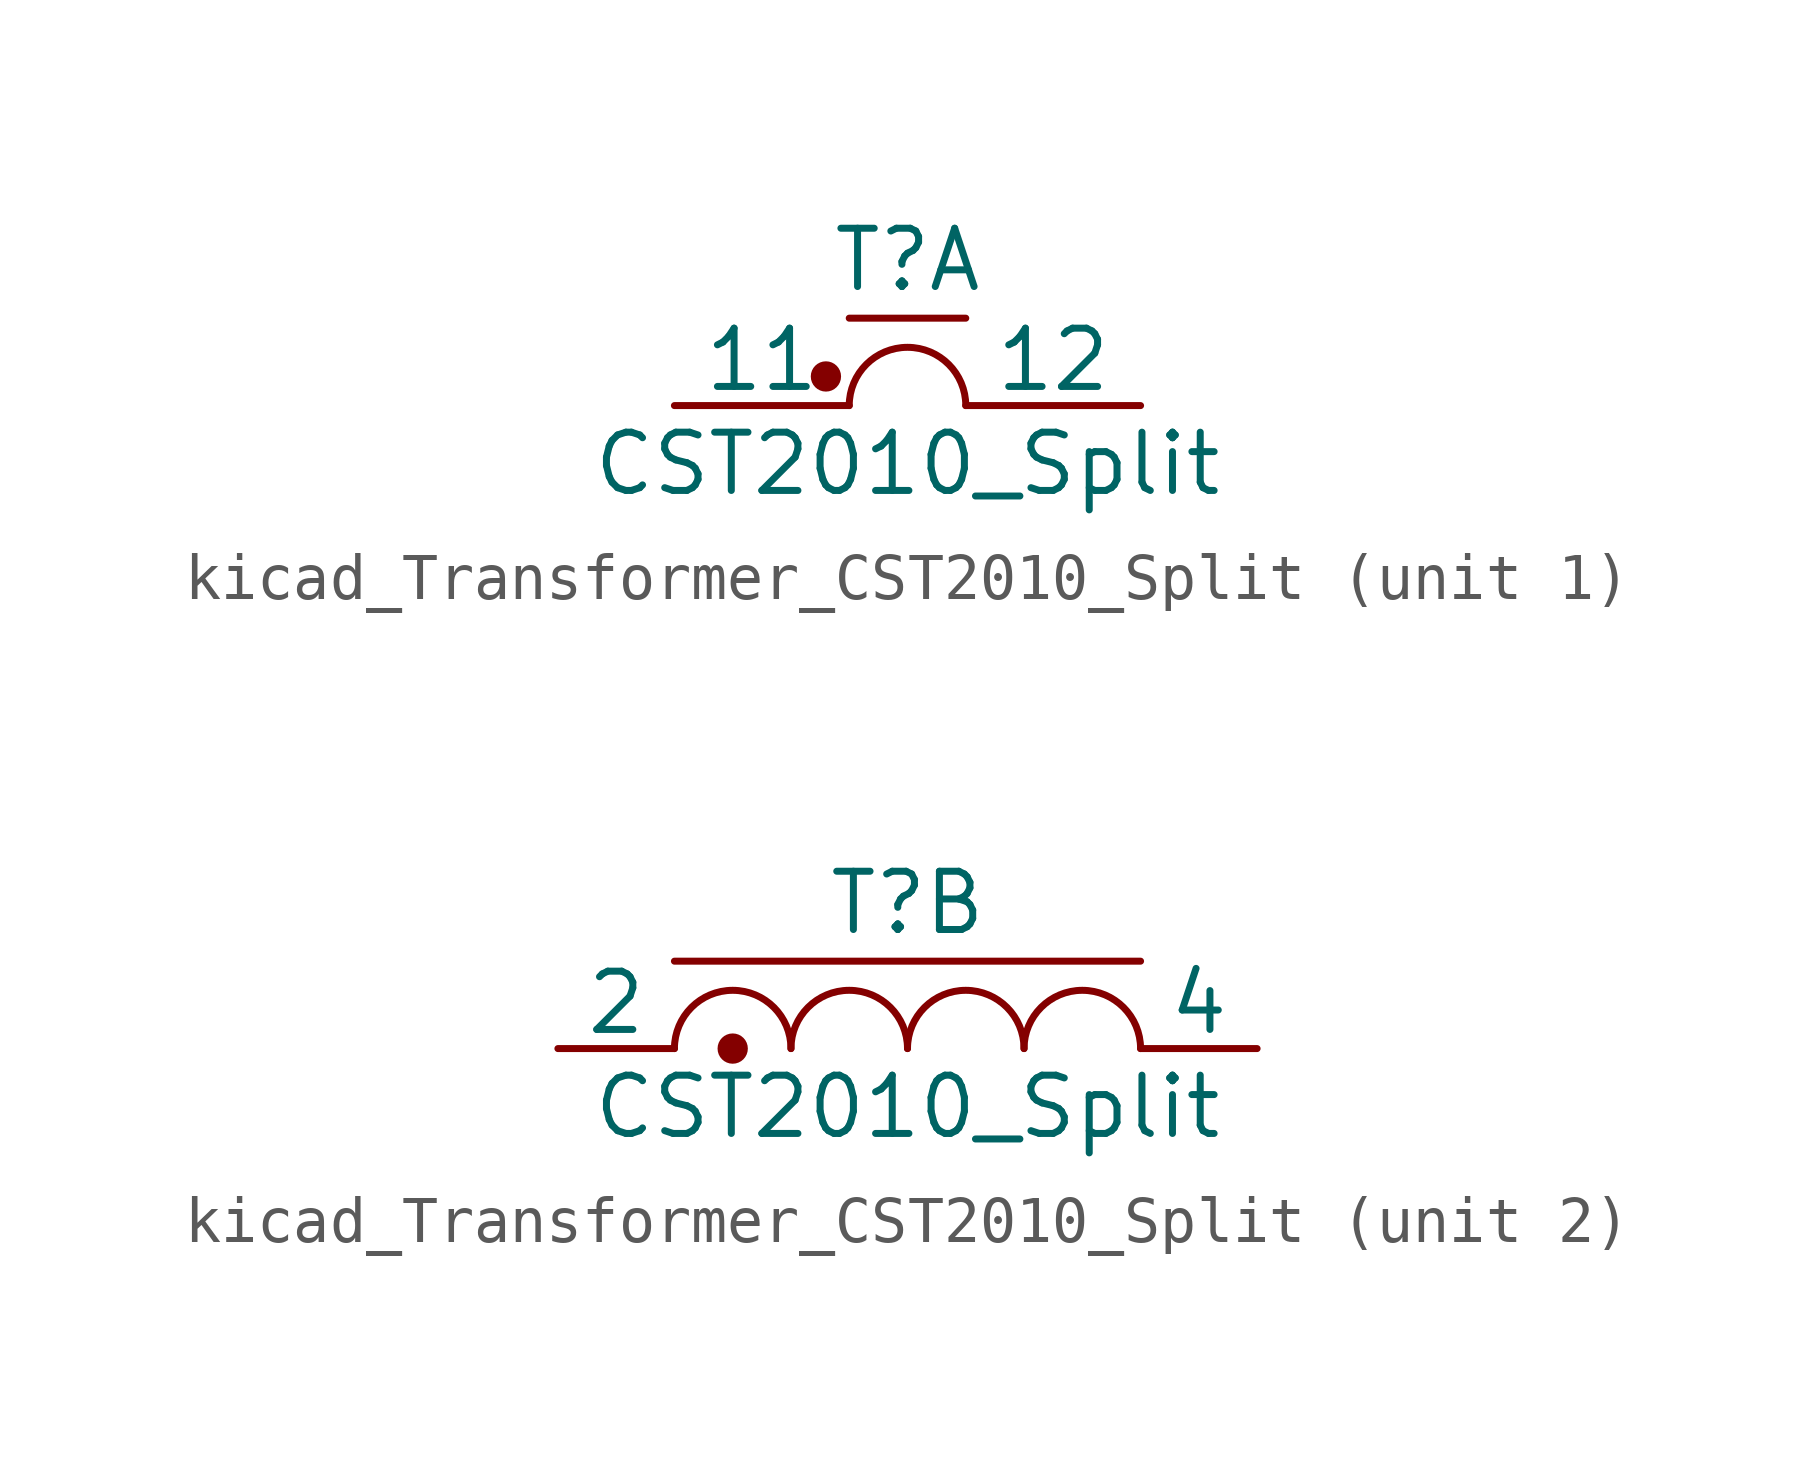
<source format=kicad_sym>
(kicad_symbol_lib
  (version 20220914)
  (generator kicad_symbol_editor)
  (symbol "kicad_Transformer_CST2010_Split"
    (pin_numbers hide)
    (pin_names
      (offset 0))
    (property "Reference" "T"
      (at 0 3.175 0)
      (effects (font (size 1.27 1.27))))
    (property "Value" "CST2010_Split"
      (at 0 -1.27 0)
      (effects (font (size 1.27 1.27))))
    (property "ki_locked" ""
      (at 0 0 0)
      (effects (font (size 1.27 1.27))))
    (symbol "kicad_Transformer_CST2010_Split_1_1"
      (circle (center -1.778 0.635) (radius 0.254) (stroke (width 0) (type default)) (fill (type outline)))
      (polyline (pts (xy -1.27 1.905) (xy 1.27 1.905)) (stroke (width 0) (type default)) (fill (type none)))
      (arc (start 1.27 0) (mid 0 1.2645) (end -1.27 0) (stroke (width 0) (type default)) (fill (type none)))
      (pin no_connect line (at -2.54 0 0) (length 2.54) hide (name "10" (effects (font (size 1.27 1.27)))) (number "10" (effects (font (size 1.27 1.27)))))
      (pin passive line (at -5.08 0 0) (length 3.81) (name "11" (effects (font (size 1.27 1.27)))) (number "11" (effects (font (size 1.27 1.27)))))
      (pin passive line (at 5.08 0 180) (length 3.81) (name "12" (effects (font (size 1.27 1.27)))) (number "12" (effects (font (size 1.27 1.27))))))
    (symbol "kicad_Transformer_CST2010_Split_2_1"
      (circle (center -3.81 0) (radius 0.254) (stroke (width 0) (type default)) (fill (type outline)))
      (arc (start -2.54 0) (mid -3.81 1.2645) (end -5.08 0) (stroke (width 0) (type default)) (fill (type none)))
      (arc (start 0 0) (mid -1.27 1.2645) (end -2.54 0) (stroke (width 0) (type default)) (fill (type none)))
      (polyline (pts (xy -5.08 1.905) (xy 5.08 1.905)) (stroke (width 0) (type default)) (fill (type none)))
      (arc (start 2.54 0) (mid 1.27 1.2645) (end 0 0) (stroke (width 0) (type default)) (fill (type none)))
      (arc (start 5.08 0) (mid 3.81 1.2645) (end 2.54 0) (stroke (width 0) (type default)) (fill (type none)))
      (pin no_connect line (at -5.08 0 0) (length 2.54) hide (name "1" (effects (font (size 1.27 1.27)))) (number "1" (effects (font (size 1.27 1.27)))))
      (pin passive line (at -7.62 0 0) (length 2.54) (name "2" (effects (font (size 1.27 1.27)))) (number "2" (effects (font (size 1.27 1.27)))))
      (pin no_connect line (at -2.54 0 0) (length 2.54) hide (name "3" (effects (font (size 1.27 1.27)))) (number "3" (effects (font (size 1.27 1.27)))))
      (pin passive line (at 7.62 0 180) (length 2.54) (name "4" (effects (font (size 1.27 1.27)))) (number "4" (effects (font (size 1.27 1.27)))))
      (pin no_connect line (at 0 0 0) (length 2.54) hide (name "5" (effects (font (size 1.27 1.27)))) (number "5" (effects (font (size 1.27 1.27)))))
      (pin no_connect line (at 2.54 0 0) (length 2.54) hide (name "6" (effects (font (size 1.27 1.27)))) (number "6" (effects (font (size 1.27 1.27)))))
      (pin no_connect line (at -2.54 2.54 0) (length 2.54) hide (name "7" (effects (font (size 1.27 1.27)))) (number "7" (effects (font (size 1.27 1.27)))))
      (pin no_connect line (at 0 2.54 0) (length 2.54) hide (name "8" (effects (font (size 1.27 1.27)))) (number "8" (effects (font (size 1.27 1.27)))))
      (pin no_connect line (at 2.54 2.54 0) (length 2.54) hide (name "9" (effects (font (size 1.27 1.27)))) (number "9" (effects (font (size 1.27 1.27))))))))
</source>
